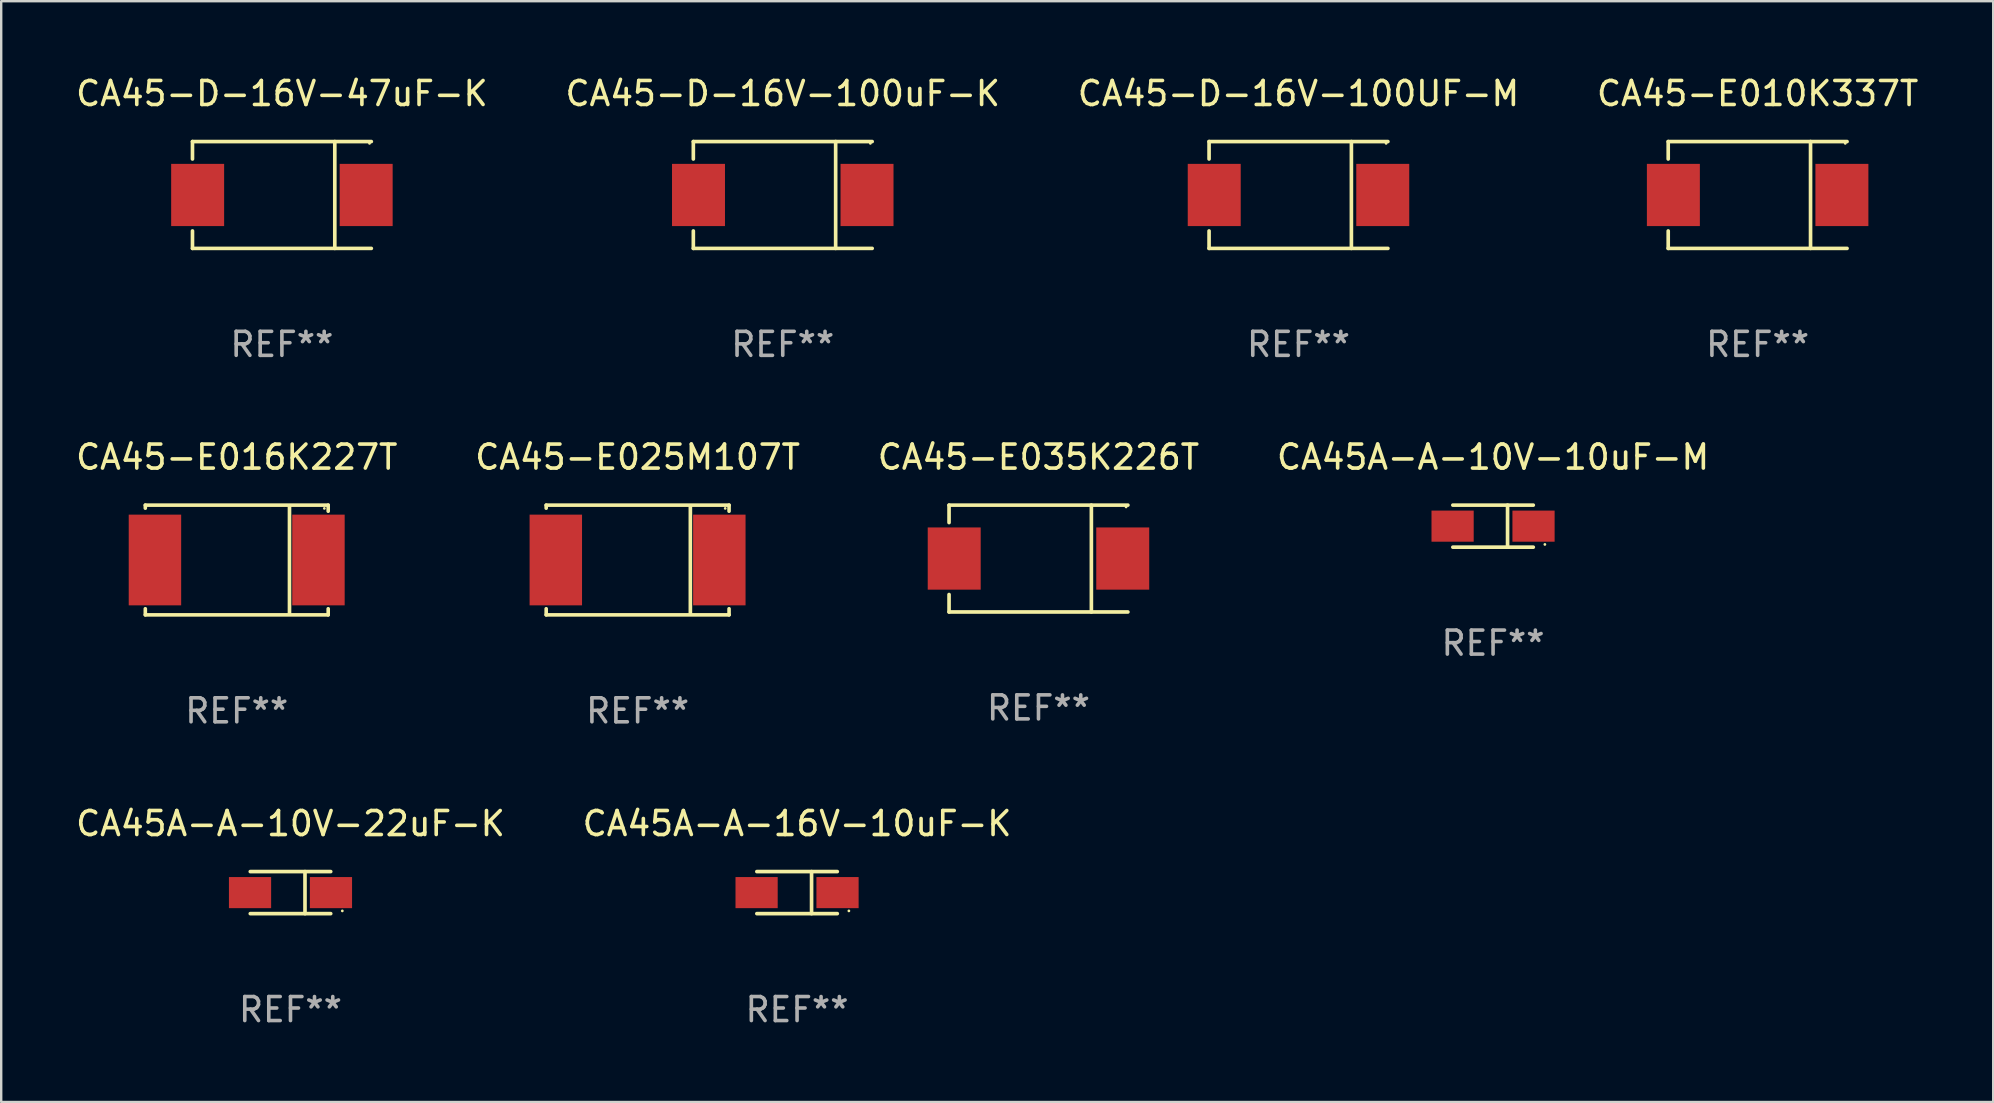
<source format=kicad_pcb>
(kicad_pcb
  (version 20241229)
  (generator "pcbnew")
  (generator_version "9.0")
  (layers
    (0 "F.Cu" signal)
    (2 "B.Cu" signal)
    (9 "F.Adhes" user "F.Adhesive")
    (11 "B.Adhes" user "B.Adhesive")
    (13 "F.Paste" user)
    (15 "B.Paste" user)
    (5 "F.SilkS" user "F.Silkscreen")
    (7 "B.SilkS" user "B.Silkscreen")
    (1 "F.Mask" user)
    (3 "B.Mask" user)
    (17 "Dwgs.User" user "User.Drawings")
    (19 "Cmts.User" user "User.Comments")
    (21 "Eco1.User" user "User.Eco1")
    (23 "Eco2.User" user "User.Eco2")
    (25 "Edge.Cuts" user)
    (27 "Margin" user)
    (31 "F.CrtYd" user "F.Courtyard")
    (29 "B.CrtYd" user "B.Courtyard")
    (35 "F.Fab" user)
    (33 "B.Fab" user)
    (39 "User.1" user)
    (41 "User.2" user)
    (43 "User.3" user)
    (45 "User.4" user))
  (footprint "CA45-E025M107T"
    (layer "F.Cu")
    (at 23.518 20.283)
    (property "Reference" "CA45-E025M107T" (at 0 -4.286 0) (layer "F.SilkS") (effects (font (size 1 1) (thickness 0.15))))
    (attr through_hole)
    (fp_line (start -3.81 -2.286) (end -3.81 -2.159) (stroke (width 0.15) (type solid)) (layer "F.SilkS"))
    (fp_line (start -3.81 2.032) (end -3.81 2.286) (stroke (width 0.15) (type solid)) (layer "F.SilkS"))
    (fp_line (start -3.81 2.286) (end 3.81 2.286) (stroke (width 0.15) (type solid)) (layer "F.SilkS"))
    (fp_line (start 2.197 -2.226) (end 2.197 2.226) (stroke (width 0.152) (type solid)) (layer "F.SilkS"))
    (fp_line (start 3.81 -2.286) (end -3.81 -2.286) (stroke (width 0.15) (type solid)) (layer "F.SilkS"))
    (fp_line (start 3.81 -2.032) (end 3.81 -2.286) (stroke (width 0.15) (type solid)) (layer "F.SilkS"))
    (fp_line (start 3.81 2.286) (end 3.81 2.032) (stroke (width 0.15) (type solid)) (layer "F.SilkS"))
    (fp_circle (center 3.65 -2.15) (end 3.68 -2.15) (stroke (width 0.06) (type solid)) (fill no) (layer "F.SilkS"))
    (fp_text user "REF**" (at 0 6.286 0) (layer "F.Fab") (effects (font (size 1 1) (thickness 0.15))))
    (pad "1" smd rect (at 3.404 0 180) (size 2.185 3.78) (layers "F.Cu" "F.Mask" "F.Paste"))
    (pad "2" smd rect (at -3.409 0 180) (size 2.185 3.78) (layers "F.Cu" "F.Mask" "F.Paste")))
  (footprint "CA45-E016K227T"
    (layer "F.Cu")
    (at 6.815 20.283)
    (property "Reference" "CA45-E016K227T" (at 0 -4.286 0) (layer "F.SilkS") (effects (font (size 1 1) (thickness 0.15))))
    (attr through_hole)
    (fp_line (start -3.81 -2.286) (end -3.81 -2.159) (stroke (width 0.15) (type solid)) (layer "F.SilkS"))
    (fp_line (start -3.81 2.032) (end -3.81 2.286) (stroke (width 0.15) (type solid)) (layer "F.SilkS"))
    (fp_line (start -3.81 2.286) (end 3.81 2.286) (stroke (width 0.15) (type solid)) (layer "F.SilkS"))
    (fp_line (start 2.197 -2.226) (end 2.197 2.226) (stroke (width 0.152) (type solid)) (layer "F.SilkS"))
    (fp_line (start 3.81 -2.286) (end -3.81 -2.286) (stroke (width 0.15) (type solid)) (layer "F.SilkS"))
    (fp_line (start 3.81 -2.032) (end 3.81 -2.286) (stroke (width 0.15) (type solid)) (layer "F.SilkS"))
    (fp_line (start 3.81 2.286) (end 3.81 2.032) (stroke (width 0.15) (type solid)) (layer "F.SilkS"))
    (fp_circle (center 3.65 -2.15) (end 3.68 -2.15) (stroke (width 0.06) (type solid)) (fill no) (layer "F.SilkS"))
    (fp_text user "REF**" (at 0 6.286 0) (layer "F.Fab") (effects (font (size 1 1) (thickness 0.15))))
    (pad "1" smd rect (at 3.404 0 180) (size 2.185 3.78) (layers "F.Cu" "F.Mask" "F.Paste"))
    (pad "2" smd rect (at -3.409 0 180) (size 2.185 3.78) (layers "F.Cu" "F.Mask" "F.Paste")))
  (footprint "CA45-D-16V-100UF-M"
    (layer "F.Cu")
    (at 51.054 5.074)
    (property "Reference" "CA45-D-16V-100UF-M" (at 0 -4.226 0) (layer "F.SilkS") (effects (font (size 1 1) (thickness 0.15))))
    (attr through_hole)
    (fp_line (start -3.726 -2.226) (end -3.726 -1.499) (stroke (width 0.152) (type solid)) (layer "F.SilkS"))
    (fp_line (start -3.726 -2.226) (end 3.726 -2.226) (stroke (width 0.152) (type solid)) (layer "F.SilkS"))
    (fp_line (start -3.726 2.226) (end -3.726 1.499) (stroke (width 0.152) (type solid)) (layer "F.SilkS"))
    (fp_line (start -3.726 2.226) (end 3.726 2.226) (stroke (width 0.152) (type solid)) (layer "F.SilkS"))
    (fp_line (start 2.204 -2.226) (end 2.204 2.226) (stroke (width 0.152) (type solid)) (layer "F.SilkS"))
    (fp_circle (center 3.65 -2.15) (end 3.68 -2.15) (stroke (width 0.06) (type solid)) (fill no) (layer "F.SilkS"))
    (fp_text user "REF**" (at 0 6.226 0) (layer "F.Fab") (effects (font (size 1 1) (thickness 0.15))))
    (pad "1" smd rect (at 3.511 0) (size 2.207 2.592) (layers "F.Cu" "F.Mask" "F.Paste"))
    (pad "2" smd rect (at -3.511 0) (size 2.207 2.592) (layers "F.Cu" "F.Mask" "F.Paste")))
  (footprint "CA45A-A-16V-10uF-K"
    (layer "F.Cu")
    (at 30.161 34.142)
    (property "Reference" "CA45A-A-16V-10uF-K" (at 0 -2.876 0) (layer "F.SilkS") (effects (font (size 1 1) (thickness 0.15))))
    (attr through_hole)
    (fp_line (start -1.676 -0.876) (end 1.676 -0.876) (stroke (width 0.152) (type solid)) (layer "F.SilkS"))
    (fp_line (start -1.676 0.876) (end 1.676 0.876) (stroke (width 0.152) (type solid)) (layer "F.SilkS"))
    (fp_line (start 0.604 -0.876) (end 0.604 0.876) (stroke (width 0.152) (type solid)) (layer "F.SilkS"))
    (fp_circle (center 2.159 0.762) (end 2.189 0.762) (stroke (width 0.06) (type solid)) (fill no) (layer "F.SilkS"))
    (fp_text user "REF**" (at 0 4.876 0) (layer "F.Fab") (effects (font (size 1 1) (thickness 0.15))))
    (pad "1" smd rect (at 1.686 0) (size 1.758 1.296) (layers "F.Cu" "F.Mask" "F.Paste"))
    (pad "2" smd rect (at -1.686 0) (size 1.758 1.296) (layers "F.Cu" "F.Mask" "F.Paste")))
  (footprint "CA45A-A-10V-22uF-K"
    (layer "F.Cu")
    (at 9.054 34.142)
    (property "Reference" "CA45A-A-10V-22uF-K" (at 0 -2.876 0) (layer "F.SilkS") (effects (font (size 1 1) (thickness 0.15))))
    (attr through_hole)
    (fp_line (start -1.676 -0.876) (end 1.676 -0.876) (stroke (width 0.152) (type solid)) (layer "F.SilkS"))
    (fp_line (start -1.676 0.876) (end 1.676 0.876) (stroke (width 0.152) (type solid)) (layer "F.SilkS"))
    (fp_line (start 0.604 -0.876) (end 0.604 0.876) (stroke (width 0.152) (type solid)) (layer "F.SilkS"))
    (fp_circle (center 2.159 0.762) (end 2.189 0.762) (stroke (width 0.06) (type solid)) (fill no) (layer "F.SilkS"))
    (fp_text user "REF**" (at 0 4.876 0) (layer "F.Fab") (effects (font (size 1 1) (thickness 0.15))))
    (pad "1" smd rect (at 1.686 0) (size 1.758 1.296) (layers "F.Cu" "F.Mask" "F.Paste"))
    (pad "2" smd rect (at -1.686 0) (size 1.758 1.296) (layers "F.Cu" "F.Mask" "F.Paste")))
  (footprint "CA45-E035K226T"
    (layer "F.Cu")
    (at 40.22 20.223)
    (property "Reference" "CA45-E035K226T" (at 0 -4.226 0) (layer "F.SilkS") (effects (font (size 1 1) (thickness 0.15))))
    (attr through_hole)
    (fp_line (start -3.726 -2.226) (end -3.726 -1.499) (stroke (width 0.152) (type solid)) (layer "F.SilkS"))
    (fp_line (start -3.726 -2.226) (end 3.726 -2.226) (stroke (width 0.152) (type solid)) (layer "F.SilkS"))
    (fp_line (start -3.726 2.226) (end -3.726 1.499) (stroke (width 0.152) (type solid)) (layer "F.SilkS"))
    (fp_line (start -3.726 2.226) (end 3.726 2.226) (stroke (width 0.152) (type solid)) (layer "F.SilkS"))
    (fp_line (start 2.204 -2.226) (end 2.204 2.226) (stroke (width 0.152) (type solid)) (layer "F.SilkS"))
    (fp_circle (center 3.65 -2.15) (end 3.68 -2.15) (stroke (width 0.06) (type solid)) (fill no) (layer "F.SilkS"))
    (fp_text user "REF**" (at 0 6.226 0) (layer "F.Fab") (effects (font (size 1 1) (thickness 0.15))))
    (pad "1" smd rect (at 3.511 0) (size 2.207 2.592) (layers "F.Cu" "F.Mask" "F.Paste"))
    (pad "2" smd rect (at -3.511 0) (size 2.207 2.592) (layers "F.Cu" "F.Mask" "F.Paste")))
  (footprint "CA45-D-16V-100uF-K"
    (layer "F.Cu")
    (at 29.565 5.074)
    (property "Reference" "CA45-D-16V-100uF-K" (at 0 -4.226 0) (layer "F.SilkS") (effects (font (size 1 1) (thickness 0.15))))
    (attr through_hole)
    (fp_line (start -3.726 -2.226) (end -3.726 -1.499) (stroke (width 0.152) (type solid)) (layer "F.SilkS"))
    (fp_line (start -3.726 -2.226) (end 3.726 -2.226) (stroke (width 0.152) (type solid)) (layer "F.SilkS"))
    (fp_line (start -3.726 2.226) (end -3.726 1.499) (stroke (width 0.152) (type solid)) (layer "F.SilkS"))
    (fp_line (start -3.726 2.226) (end 3.726 2.226) (stroke (width 0.152) (type solid)) (layer "F.SilkS"))
    (fp_line (start 2.204 -2.226) (end 2.204 2.226) (stroke (width 0.152) (type solid)) (layer "F.SilkS"))
    (fp_circle (center 3.65 -2.15) (end 3.68 -2.15) (stroke (width 0.06) (type solid)) (fill no) (layer "F.SilkS"))
    (fp_text user "REF**" (at 0 6.226 0) (layer "F.Fab") (effects (font (size 1 1) (thickness 0.15))))
    (pad "1" smd rect (at 3.511 0) (size 2.207 2.592) (layers "F.Cu" "F.Mask" "F.Paste"))
    (pad "2" smd rect (at -3.511 0) (size 2.207 2.592) (layers "F.Cu" "F.Mask" "F.Paste")))
  (footprint "CA45-E010K337T"
    (layer "F.Cu")
    (at 70.185 5.074)
    (property "Reference" "CA45-E010K337T" (at 0 -4.226 0) (layer "F.SilkS") (effects (font (size 1 1) (thickness 0.15))))
    (attr through_hole)
    (fp_line (start -3.726 -2.226) (end -3.726 -1.499) (stroke (width 0.152) (type solid)) (layer "F.SilkS"))
    (fp_line (start -3.726 -2.226) (end 3.726 -2.226) (stroke (width 0.152) (type solid)) (layer "F.SilkS"))
    (fp_line (start -3.726 2.226) (end -3.726 1.499) (stroke (width 0.152) (type solid)) (layer "F.SilkS"))
    (fp_line (start -3.726 2.226) (end 3.726 2.226) (stroke (width 0.152) (type solid)) (layer "F.SilkS"))
    (fp_line (start 2.204 -2.226) (end 2.204 2.226) (stroke (width 0.152) (type solid)) (layer "F.SilkS"))
    (fp_circle (center 3.65 -2.15) (end 3.68 -2.15) (stroke (width 0.06) (type solid)) (fill no) (layer "F.SilkS"))
    (fp_text user "REF**" (at 0 6.226 0) (layer "F.Fab") (effects (font (size 1 1) (thickness 0.15))))
    (pad "1" smd rect (at 3.511 0) (size 2.207 2.592) (layers "F.Cu" "F.Mask" "F.Paste"))
    (pad "2" smd rect (at -3.511 0) (size 2.207 2.592) (layers "F.Cu" "F.Mask" "F.Paste")))
  (footprint "CA45A-A-10V-10uF-M"
    (layer "F.Cu")
    (at 59.161 18.873)
    (property "Reference" "CA45A-A-10V-10uF-M" (at 0 -2.876 0) (layer "F.SilkS") (effects (font (size 1 1) (thickness 0.15))))
    (attr through_hole)
    (fp_line (start -1.676 -0.876) (end 1.676 -0.876) (stroke (width 0.152) (type solid)) (layer "F.SilkS"))
    (fp_line (start -1.676 0.876) (end 1.676 0.876) (stroke (width 0.152) (type solid)) (layer "F.SilkS"))
    (fp_line (start 0.604 -0.876) (end 0.604 0.876) (stroke (width 0.152) (type solid)) (layer "F.SilkS"))
    (fp_circle (center 2.159 0.762) (end 2.189 0.762) (stroke (width 0.06) (type solid)) (fill no) (layer "F.SilkS"))
    (fp_text user "REF**" (at 0 4.876 0) (layer "F.Fab") (effects (font (size 1 1) (thickness 0.15))))
    (pad "1" smd rect (at 1.686 0) (size 1.758 1.296) (layers "F.Cu" "F.Mask" "F.Paste"))
    (pad "2" smd rect (at -1.686 0) (size 1.758 1.296) (layers "F.Cu" "F.Mask" "F.Paste")))
  (footprint "CA45-D-16V-47uF-K"
    (layer "F.Cu")
    (at 8.696 5.074)
    (property "Reference" "CA45-D-16V-47uF-K" (at 0 -4.226 0) (layer "F.SilkS") (effects (font (size 1 1) (thickness 0.15))))
    (attr through_hole)
    (fp_line (start -3.726 -2.226) (end -3.726 -1.499) (stroke (width 0.152) (type solid)) (layer "F.SilkS"))
    (fp_line (start -3.726 -2.226) (end 3.726 -2.226) (stroke (width 0.152) (type solid)) (layer "F.SilkS"))
    (fp_line (start -3.726 2.226) (end -3.726 1.499) (stroke (width 0.152) (type solid)) (layer "F.SilkS"))
    (fp_line (start -3.726 2.226) (end 3.726 2.226) (stroke (width 0.152) (type solid)) (layer "F.SilkS"))
    (fp_line (start 2.204 -2.226) (end 2.204 2.226) (stroke (width 0.152) (type solid)) (layer "F.SilkS"))
    (fp_circle (center 3.65 -2.15) (end 3.68 -2.15) (stroke (width 0.06) (type solid)) (fill no) (layer "F.SilkS"))
    (fp_text user "REF**" (at 0 6.226 0) (layer "F.Fab") (effects (font (size 1 1) (thickness 0.15))))
    (pad "1" smd rect (at 3.511 0) (size 2.207 2.592) (layers "F.Cu" "F.Mask" "F.Paste"))
    (pad "2" smd rect (at -3.511 0) (size 2.207 2.592) (layers "F.Cu" "F.Mask" "F.Paste")))
  (gr_rect
    (start -3 -3)
    (end 80 42.866)
    (stroke (width 0.1) (type default))
    (fill no)
    (layer "Edge.Cuts")))
</source>
